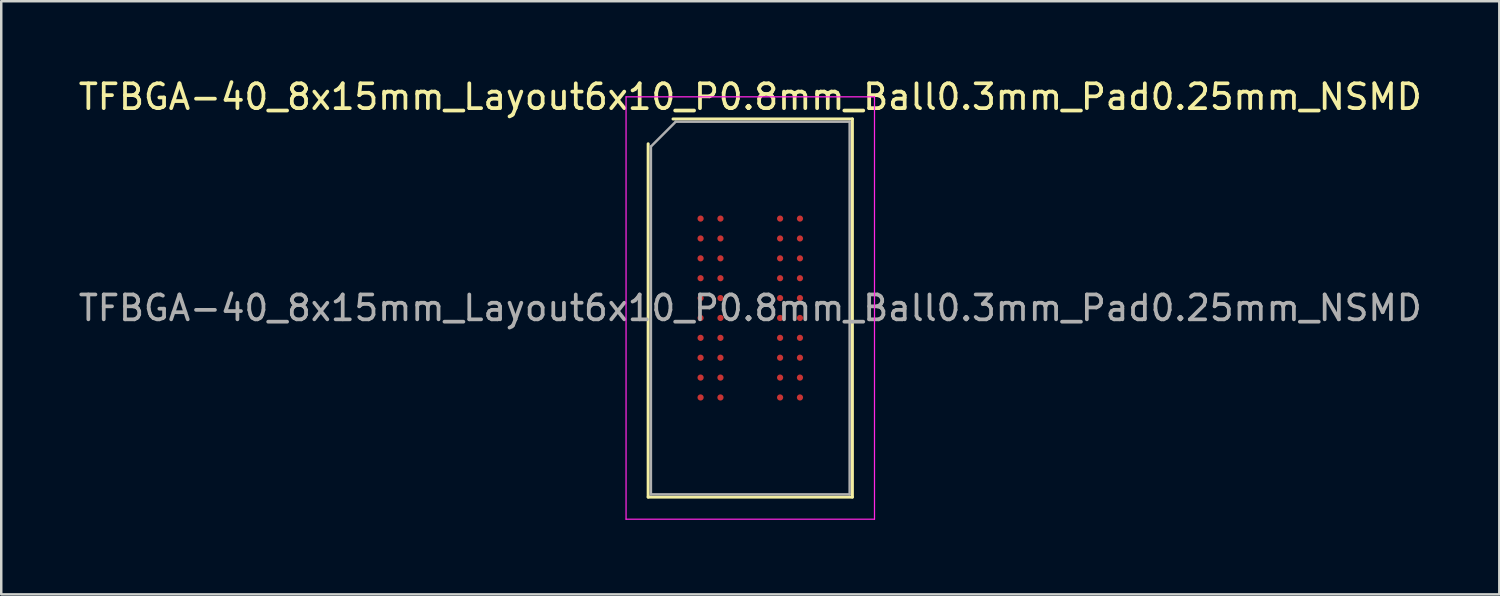
<source format=kicad_pcb>
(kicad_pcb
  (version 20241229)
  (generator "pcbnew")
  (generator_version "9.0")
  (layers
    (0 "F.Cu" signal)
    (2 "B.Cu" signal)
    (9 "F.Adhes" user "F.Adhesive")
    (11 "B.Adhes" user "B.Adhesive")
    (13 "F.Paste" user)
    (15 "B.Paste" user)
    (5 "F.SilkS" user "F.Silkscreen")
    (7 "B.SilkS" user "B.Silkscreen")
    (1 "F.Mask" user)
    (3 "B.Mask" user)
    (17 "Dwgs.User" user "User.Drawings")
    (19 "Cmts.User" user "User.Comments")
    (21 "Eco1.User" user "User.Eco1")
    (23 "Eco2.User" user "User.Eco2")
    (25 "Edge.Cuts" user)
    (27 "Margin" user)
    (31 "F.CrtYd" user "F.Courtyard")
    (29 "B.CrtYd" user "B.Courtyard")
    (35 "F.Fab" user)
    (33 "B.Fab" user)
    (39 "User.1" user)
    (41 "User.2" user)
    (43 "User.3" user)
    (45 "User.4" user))
  (footprint "TFBGA-40_8x15mm_Layout6x10_P0.8mm_Ball0.3mm_Pad0.25mm_NSMD"
    (layer "F.Cu")
    (at 27.149 9.348)
    (property "Reference" "TFBGA-40_8x15mm_Layout6x10_P0.8mm_Ball0.3mm_Pad0.25mm_NSMD" (at 0 -8.5 0) (layer "F.SilkS") (effects (font (size 1 1) (thickness 0.15))))
    (attr smd)
    (fp_line (start -4.11 7.61) (end -4.11 -6.61) (stroke (width 0.12) (type solid)) (layer "F.SilkS"))
    (fp_line (start -3.11 -7.61) (end 4.11 -7.61) (stroke (width 0.12) (type solid)) (layer "F.SilkS"))
    (fp_line (start 4.11 -7.61) (end 4.11 7.61) (stroke (width 0.12) (type solid)) (layer "F.SilkS"))
    (fp_line (start 4.11 7.61) (end -4.11 7.61) (stroke (width 0.12) (type solid)) (layer "F.SilkS"))
    (fp_line (start -5 -8.5) (end -5 8.5) (stroke (width 0.05) (type solid)) (layer "F.CrtYd"))
    (fp_line (start -5 8.5) (end 5 8.5) (stroke (width 0.05) (type solid)) (layer "F.CrtYd"))
    (fp_line (start 5 -8.5) (end -5 -8.5) (stroke (width 0.05) (type solid)) (layer "F.CrtYd"))
    (fp_line (start 5 8.5) (end 5 -8.5) (stroke (width 0.05) (type solid)) (layer "F.CrtYd"))
    (fp_line (start -4 -6.5) (end -3 -7.5) (stroke (width 0.1) (type solid)) (layer "F.Fab"))
    (fp_line (start -4 7.5) (end -4 -6.5) (stroke (width 0.1) (type solid)) (layer "F.Fab"))
    (fp_line (start -3 -7.5) (end 4 -7.5) (stroke (width 0.1) (type solid)) (layer "F.Fab"))
    (fp_line (start 4 -7.5) (end 4 7.5) (stroke (width 0.1) (type solid)) (layer "F.Fab"))
    (fp_line (start 4 7.5) (end -4 7.5) (stroke (width 0.1) (type solid)) (layer "F.Fab"))
    (fp_text user "${REFERENCE}" (at 0 0 0) (layer "F.Fab") (effects (font (size 1 1) (thickness 0.15))))
    (pad "A1" smd circle (at -2 -3.6) (size 0.25 0.25) (layers "F.Cu" "F.Mask" "F.Paste"))
    (pad "A2" smd circle (at -1.2 -3.6) (size 0.25 0.25) (layers "F.Cu" "F.Mask" "F.Paste"))
    (pad "A5" smd circle (at 1.2 -3.6) (size 0.25 0.25) (layers "F.Cu" "F.Mask" "F.Paste"))
    (pad "A6" smd circle (at 2 -3.6) (size 0.25 0.25) (layers "F.Cu" "F.Mask" "F.Paste"))
    (pad "B1" smd circle (at -2 -2.8) (size 0.25 0.25) (layers "F.Cu" "F.Mask" "F.Paste"))
    (pad "B2" smd circle (at -1.2 -2.8) (size 0.25 0.25) (layers "F.Cu" "F.Mask" "F.Paste"))
    (pad "B5" smd circle (at 1.2 -2.8) (size 0.25 0.25) (layers "F.Cu" "F.Mask" "F.Paste"))
    (pad "B6" smd circle (at 2 -2.8) (size 0.25 0.25) (layers "F.Cu" "F.Mask" "F.Paste"))
    (pad "C1" smd circle (at -2 -2) (size 0.25 0.25) (layers "F.Cu" "F.Mask" "F.Paste"))
    (pad "C2" smd circle (at -1.2 -2) (size 0.25 0.25) (layers "F.Cu" "F.Mask" "F.Paste"))
    (pad "C5" smd circle (at 1.2 -2) (size 0.25 0.25) (layers "F.Cu" "F.Mask" "F.Paste"))
    (pad "C6" smd circle (at 2 -2) (size 0.25 0.25) (layers "F.Cu" "F.Mask" "F.Paste"))
    (pad "D1" smd circle (at -2 -1.2) (size 0.25 0.25) (layers "F.Cu" "F.Mask" "F.Paste"))
    (pad "D2" smd circle (at -1.2 -1.2) (size 0.25 0.25) (layers "F.Cu" "F.Mask" "F.Paste"))
    (pad "D5" smd circle (at 1.2 -1.2) (size 0.25 0.25) (layers "F.Cu" "F.Mask" "F.Paste"))
    (pad "D6" smd circle (at 2 -1.2) (size 0.25 0.25) (layers "F.Cu" "F.Mask" "F.Paste"))
    (pad "E1" smd circle (at -2 -0.4) (size 0.25 0.25) (layers "F.Cu" "F.Mask" "F.Paste"))
    (pad "E2" smd circle (at -1.2 -0.4) (size 0.25 0.25) (layers "F.Cu" "F.Mask" "F.Paste"))
    (pad "E5" smd circle (at 1.2 -0.4) (size 0.25 0.25) (layers "F.Cu" "F.Mask" "F.Paste"))
    (pad "E6" smd circle (at 2 -0.4) (size 0.25 0.25) (layers "F.Cu" "F.Mask" "F.Paste"))
    (pad "F1" smd circle (at -2 0.4) (size 0.25 0.25) (layers "F.Cu" "F.Mask" "F.Paste"))
    (pad "F2" smd circle (at -1.2 0.4) (size 0.25 0.25) (layers "F.Cu" "F.Mask" "F.Paste"))
    (pad "F5" smd circle (at 1.2 0.4) (size 0.25 0.25) (layers "F.Cu" "F.Mask" "F.Paste"))
    (pad "F6" smd circle (at 2 0.4) (size 0.25 0.25) (layers "F.Cu" "F.Mask" "F.Paste"))
    (pad "G1" smd circle (at -2 1.2) (size 0.25 0.25) (layers "F.Cu" "F.Mask" "F.Paste"))
    (pad "G2" smd circle (at -1.2 1.2) (size 0.25 0.25) (layers "F.Cu" "F.Mask" "F.Paste"))
    (pad "G5" smd circle (at 1.2 1.2) (size 0.25 0.25) (layers "F.Cu" "F.Mask" "F.Paste"))
    (pad "G6" smd circle (at 2 1.2) (size 0.25 0.25) (layers "F.Cu" "F.Mask" "F.Paste"))
    (pad "H1" smd circle (at -2 2) (size 0.25 0.25) (layers "F.Cu" "F.Mask" "F.Paste"))
    (pad "H2" smd circle (at -1.2 2) (size 0.25 0.25) (layers "F.Cu" "F.Mask" "F.Paste"))
    (pad "H5" smd circle (at 1.2 2) (size 0.25 0.25) (layers "F.Cu" "F.Mask" "F.Paste"))
    (pad "H6" smd circle (at 2 2) (size 0.25 0.25) (layers "F.Cu" "F.Mask" "F.Paste"))
    (pad "J1" smd circle (at -2 2.8) (size 0.25 0.25) (layers "F.Cu" "F.Mask" "F.Paste"))
    (pad "J2" smd circle (at -1.2 2.8) (size 0.25 0.25) (layers "F.Cu" "F.Mask" "F.Paste"))
    (pad "J5" smd circle (at 1.2 2.8) (size 0.25 0.25) (layers "F.Cu" "F.Mask" "F.Paste"))
    (pad "J6" smd circle (at 2 2.8) (size 0.25 0.25) (layers "F.Cu" "F.Mask" "F.Paste"))
    (pad "K1" smd circle (at -2 3.6) (size 0.25 0.25) (layers "F.Cu" "F.Mask" "F.Paste"))
    (pad "K2" smd circle (at -1.2 3.6) (size 0.25 0.25) (layers "F.Cu" "F.Mask" "F.Paste"))
    (pad "K5" smd circle (at 1.2 3.6) (size 0.25 0.25) (layers "F.Cu" "F.Mask" "F.Paste"))
    (pad "K6" smd circle (at 2 3.6) (size 0.25 0.25) (layers "F.Cu" "F.Mask" "F.Paste")))
  (gr_rect
    (start -3 -3)
    (end 57.298 20.873)
    (stroke (width 0.1) (type default))
    (fill no)
    (layer "Edge.Cuts")))
</source>
